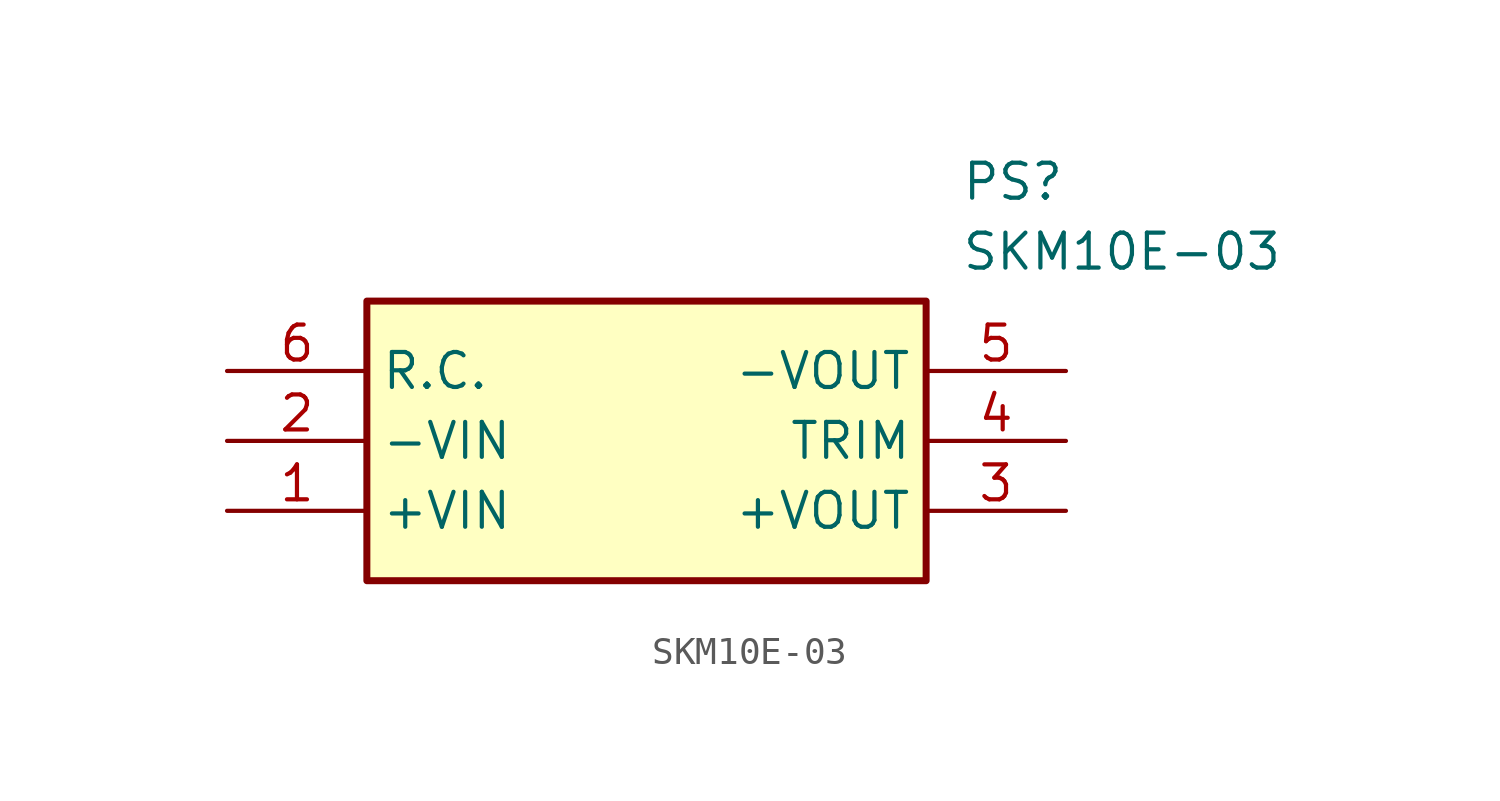
<source format=kicad_sym>
(kicad_symbol_lib
  (version 20211014)
  (generator SamacSys_ECAD_Model)
  (symbol "SKM10E-03"
    (property "Reference" "PS"
      (at 26.67 7.62 0)
      (effects (font (size 1.27 1.27)) (justify left top)))
    (property "Value" "SKM10E-03"
      (at 26.67 5.08 0)
      (effects (font (size 1.27 1.27)) (justify left top)))
    (rectangle
      (start 5.08 2.54)
      (end 25.4 -7.62)
      (stroke (width 0.254) (type default))
      (fill (type background)))
    (pin passive line
      (at 0 -5.08 0)
      (length 5.08)
      (name "+VIN" (effects (font (size 1.27 1.27))))
      (number "1" (effects (font (size 1.27 1.27)))))
    (pin passive line
      (at 0 -2.54 0)
      (length 5.08)
      (name "-VIN" (effects (font (size 1.27 1.27))))
      (number "2" (effects (font (size 1.27 1.27)))))
    (pin passive line
      (at 30.48 -5.08 180)
      (length 5.08)
      (name "+VOUT" (effects (font (size 1.27 1.27))))
      (number "3" (effects (font (size 1.27 1.27)))))
    (pin passive line
      (at 30.48 -2.54 180)
      (length 5.08)
      (name "TRIM" (effects (font (size 1.27 1.27))))
      (number "4" (effects (font (size 1.27 1.27)))))
    (pin passive line
      (at 30.48 0 180)
      (length 5.08)
      (name "-VOUT" (effects (font (size 1.27 1.27))))
      (number "5" (effects (font (size 1.27 1.27)))))
    (pin passive line
      (at 0 0 0)
      (length 5.08)
      (name "R.C." (effects (font (size 1.27 1.27))))
      (number "6" (effects (font (size 1.27 1.27)))))))
</source>
